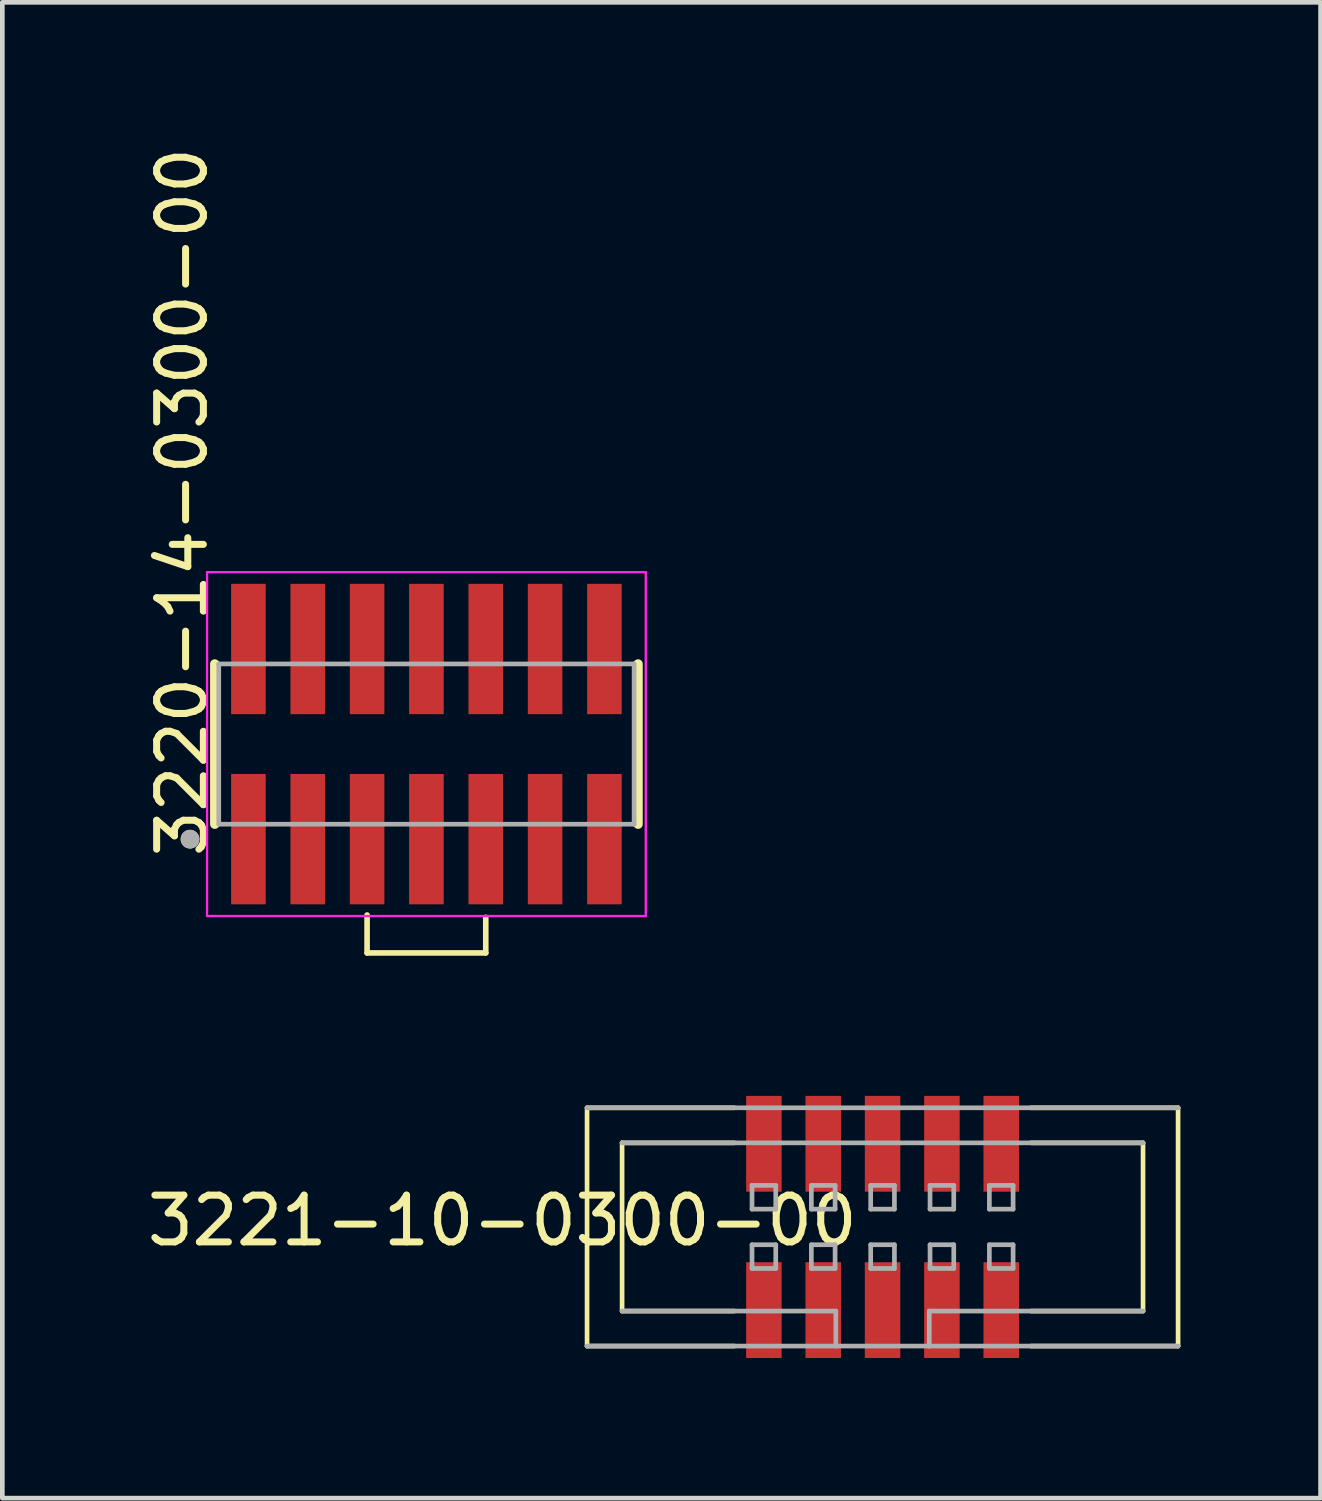
<source format=kicad_pcb>
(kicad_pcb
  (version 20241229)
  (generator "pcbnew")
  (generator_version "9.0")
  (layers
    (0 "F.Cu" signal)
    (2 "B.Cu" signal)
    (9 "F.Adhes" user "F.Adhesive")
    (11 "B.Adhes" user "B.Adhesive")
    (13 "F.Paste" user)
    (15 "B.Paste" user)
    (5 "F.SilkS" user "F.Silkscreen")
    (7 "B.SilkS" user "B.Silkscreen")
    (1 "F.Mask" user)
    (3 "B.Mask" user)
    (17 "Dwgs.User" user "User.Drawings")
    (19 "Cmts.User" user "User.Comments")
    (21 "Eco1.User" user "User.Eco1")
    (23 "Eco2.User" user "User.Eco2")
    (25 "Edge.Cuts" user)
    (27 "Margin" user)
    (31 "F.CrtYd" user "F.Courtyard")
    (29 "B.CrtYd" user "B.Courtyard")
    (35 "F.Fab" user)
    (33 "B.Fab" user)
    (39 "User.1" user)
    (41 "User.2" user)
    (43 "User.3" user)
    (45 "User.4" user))
  (footprint "3220-14-0300-00"
    (layer "F.Cu")
    (at 6.077 12.876)
    (property "Reference" "3220-14-0300-00" (at -5.229 -5.179 270) (layer "F.SilkS") (effects (font (size 1 1) (thickness 0.15))))
    (attr through_hole)
    (fp_line (start -4.53 -1.715) (end -4.53 1.715) (stroke (width 0.2) (type solid)) (layer "F.SilkS"))
    (fp_line (start -1.27 3.658) (end -1.27 4.47) (stroke (width 0.12) (type solid)) (layer "F.SilkS"))
    (fp_line (start -1.27 4.47) (end 1.27 4.47) (stroke (width 0.12) (type solid)) (layer "F.SilkS"))
    (fp_line (start 1.27 4.47) (end 1.27 3.708) (stroke (width 0.12) (type solid)) (layer "F.SilkS"))
    (fp_line (start 4.53 1.715) (end 4.53 -1.715) (stroke (width 0.2) (type solid)) (layer "F.SilkS"))
    (fp_circle (center -5.06 2.035) (end -4.96 2.035) (stroke (width 0.2) (type solid)) (fill no) (layer "F.SilkS"))
    (fp_poly (pts (xy -1.64 -3.427) (xy -0.9 -3.427) (xy -0.9 -0.637) (xy -1.64 -0.637)) (stroke (width 0.01) (type solid)) (fill yes) (layer "F.Paste"))
    (fp_poly (pts (xy -1.64 0.637) (xy -0.9 0.637) (xy -0.9 3.427) (xy -1.64 3.427)) (stroke (width 0.01) (type solid)) (fill yes) (layer "F.Paste"))
    (fp_poly (pts (xy -0.37 -3.427) (xy 0.37 -3.427) (xy 0.37 -0.637) (xy -0.37 -0.637)) (stroke (width 0.01) (type solid)) (fill yes) (layer "F.Paste"))
    (fp_poly (pts (xy -0.37 0.637) (xy 0.37 0.637) (xy 0.37 3.427) (xy -0.37 3.427)) (stroke (width 0.01) (type solid)) (fill yes) (layer "F.Paste"))
    (fp_poly (pts (xy 0.9 -3.427) (xy 1.64 -3.427) (xy 1.64 -0.637) (xy 0.9 -0.637)) (stroke (width 0.01) (type solid)) (fill yes) (layer "F.Paste"))
    (fp_poly (pts (xy 0.9 0.637) (xy 1.64 0.637) (xy 1.64 3.427) (xy 0.9 3.427)) (stroke (width 0.01) (type solid)) (fill yes) (layer "F.Paste"))
    (fp_poly (pts (xy 2.17 -3.427) (xy 2.91 -3.427) (xy 2.91 -0.637) (xy 2.17 -0.637)) (stroke (width 0.01) (type solid)) (fill yes) (layer "F.Paste"))
    (fp_poly (pts (xy 2.17 0.637) (xy 2.91 0.637) (xy 2.91 3.427) (xy 2.17 3.427)) (stroke (width 0.01) (type solid)) (fill yes) (layer "F.Paste"))
    (fp_poly (pts (xy 3.44 -3.427) (xy 4.18 -3.427) (xy 4.18 -0.637) (xy 3.44 -0.637)) (stroke (width 0.01) (type solid)) (fill yes) (layer "F.Paste"))
    (fp_poly (pts (xy 3.44 0.637) (xy 4.18 0.637) (xy 4.18 3.427) (xy 3.44 3.427)) (stroke (width 0.01) (type solid)) (fill yes) (layer "F.Paste"))
    (fp_line (start -4.695 -3.68) (end 4.695 -3.68) (stroke (width 0.05) (type solid)) (layer "F.CrtYd"))
    (fp_line (start -4.695 3.68) (end -4.695 -3.68) (stroke (width 0.05) (type solid)) (layer "F.CrtYd"))
    (fp_line (start 4.695 -3.68) (end 4.695 3.68) (stroke (width 0.05) (type solid)) (layer "F.CrtYd"))
    (fp_line (start 4.695 3.68) (end -4.695 3.68) (stroke (width 0.05) (type solid)) (layer "F.CrtYd"))
    (fp_line (start -4.445 1.715) (end -4.445 -1.715) (stroke (width 0.1) (type solid)) (layer "F.Fab"))
    (fp_line (start -4.445 1.715) (end 4.445 1.715) (stroke (width 0.1) (type solid)) (layer "F.Fab"))
    (fp_line (start 4.445 -1.715) (end -4.445 -1.715) (stroke (width 0.1) (type solid)) (layer "F.Fab"))
    (fp_line (start 4.445 1.715) (end 4.445 -1.715) (stroke (width 0.1) (type solid)) (layer "F.Fab"))
    (fp_circle (center -5.06 2.035) (end -4.96 2.035) (stroke (width 0.2) (type solid)) (fill no) (layer "F.Fab"))
    (pad "1" smd rect (at -3.81 2.035) (size 0.74 2.79) (layers "F.Cu" "F.Mask" "F.Paste"))
    (pad "2" smd rect (at -3.81 -2.035) (size 0.74 2.79) (layers "F.Cu" "F.Mask" "F.Paste"))
    (pad "3" smd rect (at -2.54 2.035) (size 0.74 2.79) (layers "F.Cu" "F.Mask" "F.Paste"))
    (pad "4" smd rect (at -2.54 -2.035) (size 0.74 2.79) (layers "F.Cu" "F.Mask" "F.Paste"))
    (pad "5" smd rect (at -1.27 2.035) (size 0.74 2.79) (layers "F.Cu" "F.Mask" "F.Paste"))
    (pad "6" smd rect (at -1.27 -2.035) (size 0.74 2.79) (layers "F.Cu" "F.Mask" "F.Paste"))
    (pad "7" smd rect (at 0 2.035) (size 0.74 2.79) (layers "F.Cu" "F.Mask" "F.Paste"))
    (pad "8" smd rect (at 0 -2.035) (size 0.74 2.79) (layers "F.Cu" "F.Mask" "F.Paste"))
    (pad "9" smd rect (at 1.27 2.035) (size 0.74 2.79) (layers "F.Cu" "F.Mask" "F.Paste"))
    (pad "10" smd rect (at 1.27 -2.035) (size 0.74 2.79) (layers "F.Cu" "F.Mask" "F.Paste"))
    (pad "11" smd rect (at 2.54 2.035) (size 0.74 2.79) (layers "F.Cu" "F.Mask" "F.Paste"))
    (pad "12" smd rect (at 2.54 -2.035) (size 0.74 2.79) (layers "F.Cu" "F.Mask" "F.Paste"))
    (pad "13" smd rect (at 3.81 2.035) (size 0.74 2.79) (layers "F.Cu" "F.Mask" "F.Paste"))
    (pad "14" smd rect (at 3.81 -2.035) (size 0.74 2.79) (layers "F.Cu" "F.Mask" "F.Paste")))
  (footprint "‎3221-10-0300-00‎"
    (layer "F.Cu")
    (at 15.84 23.211)
    (property "Reference" "‎3221-10-0300-00‎" (at -8.139 -0.135 180) (layer "F.SilkS") (effects (font (size 1.001 1.001) (thickness 0.15))))
    (attr through_hole)
    (fp_line (start -6.325 -2.55) (end -6.325 2.55) (stroke (width 0.1) (type solid)) (layer "F.SilkS"))
    (fp_line (start -5.575 -1.8) (end -5.575 1.8) (stroke (width 0.1) (type solid)) (layer "F.SilkS"))
    (fp_line (start -5.575 1.8) (end -3.175 1.8) (stroke (width 0.1) (type solid)) (layer "F.SilkS"))
    (fp_line (start -3.175 -2.55) (end -6.325 -2.55) (stroke (width 0.1) (type solid)) (layer "F.SilkS"))
    (fp_line (start -3.175 -1.8) (end -5.575 -1.8) (stroke (width 0.1) (type solid)) (layer "F.SilkS"))
    (fp_line (start -3.175 2.55) (end -6.325 2.55) (stroke (width 0.1) (type solid)) (layer "F.SilkS"))
    (fp_line (start 3.175 1.8) (end 5.575 1.8) (stroke (width 0.1) (type solid)) (layer "F.SilkS"))
    (fp_line (start 3.175 2.55) (end 6.325 2.55) (stroke (width 0.1) (type solid)) (layer "F.SilkS"))
    (fp_line (start 5.575 -1.8) (end 3.175 -1.8) (stroke (width 0.1) (type solid)) (layer "F.SilkS"))
    (fp_line (start 5.575 1.8) (end 5.575 -1.8) (stroke (width 0.1) (type solid)) (layer "F.SilkS"))
    (fp_line (start 6.325 -2.55) (end 3.175 -2.55) (stroke (width 0.1) (type solid)) (layer "F.SilkS"))
    (fp_line (start 6.325 2.55) (end 6.325 -2.55) (stroke (width 0.1) (type solid)) (layer "F.SilkS"))
    (fp_line (start -6.325 2.55) (end -1 2.55) (stroke (width 0.1) (type solid)) (layer "F.Fab"))
    (fp_line (start -5.575 1.8) (end -1 1.8) (stroke (width 0.1) (type solid)) (layer "F.Fab"))
    (fp_line (start -2.794 -0.889) (end -2.794 -0.381) (stroke (width 0.1) (type solid)) (layer "F.Fab"))
    (fp_line (start -2.794 -0.381) (end -2.286 -0.381) (stroke (width 0.1) (type solid)) (layer "F.Fab"))
    (fp_line (start -2.794 0.381) (end -2.794 0.889) (stroke (width 0.1) (type solid)) (layer "F.Fab"))
    (fp_line (start -2.794 0.889) (end -2.286 0.889) (stroke (width 0.1) (type solid)) (layer "F.Fab"))
    (fp_line (start -2.286 -0.889) (end -2.794 -0.889) (stroke (width 0.1) (type solid)) (layer "F.Fab"))
    (fp_line (start -2.286 -0.381) (end -2.286 -0.889) (stroke (width 0.1) (type solid)) (layer "F.Fab"))
    (fp_line (start -2.286 0.381) (end -2.794 0.381) (stroke (width 0.1) (type solid)) (layer "F.Fab"))
    (fp_line (start -2.286 0.889) (end -2.286 0.381) (stroke (width 0.1) (type solid)) (layer "F.Fab"))
    (fp_line (start -1.524 -0.889) (end -1.524 -0.381) (stroke (width 0.1) (type solid)) (layer "F.Fab"))
    (fp_line (start -1.524 -0.381) (end -1.016 -0.381) (stroke (width 0.1) (type solid)) (layer "F.Fab"))
    (fp_line (start -1.524 0.381) (end -1.524 0.889) (stroke (width 0.1) (type solid)) (layer "F.Fab"))
    (fp_line (start -1.524 0.889) (end -1.016 0.889) (stroke (width 0.1) (type solid)) (layer "F.Fab"))
    (fp_line (start -1.016 -0.889) (end -1.524 -0.889) (stroke (width 0.1) (type solid)) (layer "F.Fab"))
    (fp_line (start -1.016 -0.381) (end -1.016 -0.889) (stroke (width 0.1) (type solid)) (layer "F.Fab"))
    (fp_line (start -1.016 0.381) (end -1.524 0.381) (stroke (width 0.1) (type solid)) (layer "F.Fab"))
    (fp_line (start -1.016 0.889) (end -1.016 0.381) (stroke (width 0.1) (type solid)) (layer "F.Fab"))
    (fp_line (start -1 1.8) (end -1 2.55) (stroke (width 0.1) (type solid)) (layer "F.Fab"))
    (fp_line (start -1 2.55) (end 1 2.55) (stroke (width 0.1) (type solid)) (layer "F.Fab"))
    (fp_line (start -0.254 -0.889) (end -0.254 -0.381) (stroke (width 0.1) (type solid)) (layer "F.Fab"))
    (fp_line (start -0.254 -0.381) (end 0.254 -0.381) (stroke (width 0.1) (type solid)) (layer "F.Fab"))
    (fp_line (start -0.254 0.381) (end -0.254 0.889) (stroke (width 0.1) (type solid)) (layer "F.Fab"))
    (fp_line (start -0.254 0.889) (end 0.254 0.889) (stroke (width 0.1) (type solid)) (layer "F.Fab"))
    (fp_line (start 0.254 -0.889) (end -0.254 -0.889) (stroke (width 0.1) (type solid)) (layer "F.Fab"))
    (fp_line (start 0.254 -0.381) (end 0.254 -0.889) (stroke (width 0.1) (type solid)) (layer "F.Fab"))
    (fp_line (start 0.254 0.381) (end -0.254 0.381) (stroke (width 0.1) (type solid)) (layer "F.Fab"))
    (fp_line (start 0.254 0.889) (end 0.254 0.381) (stroke (width 0.1) (type solid)) (layer "F.Fab"))
    (fp_line (start 1 1.8) (end 5.575 1.8) (stroke (width 0.1) (type solid)) (layer "F.Fab"))
    (fp_line (start 1 2.55) (end 1 1.8) (stroke (width 0.1) (type solid)) (layer "F.Fab"))
    (fp_line (start 1 2.55) (end 6.325 2.55) (stroke (width 0.1) (type solid)) (layer "F.Fab"))
    (fp_line (start 1.016 -0.889) (end 1.016 -0.381) (stroke (width 0.1) (type solid)) (layer "F.Fab"))
    (fp_line (start 1.016 -0.381) (end 1.524 -0.381) (stroke (width 0.1) (type solid)) (layer "F.Fab"))
    (fp_line (start 1.016 0.381) (end 1.016 0.889) (stroke (width 0.1) (type solid)) (layer "F.Fab"))
    (fp_line (start 1.016 0.889) (end 1.524 0.889) (stroke (width 0.1) (type solid)) (layer "F.Fab"))
    (fp_line (start 1.524 -0.889) (end 1.016 -0.889) (stroke (width 0.1) (type solid)) (layer "F.Fab"))
    (fp_line (start 1.524 -0.381) (end 1.524 -0.889) (stroke (width 0.1) (type solid)) (layer "F.Fab"))
    (fp_line (start 1.524 0.381) (end 1.016 0.381) (stroke (width 0.1) (type solid)) (layer "F.Fab"))
    (fp_line (start 1.524 0.889) (end 1.524 0.381) (stroke (width 0.1) (type solid)) (layer "F.Fab"))
    (fp_line (start 2.286 -0.889) (end 2.286 -0.381) (stroke (width 0.1) (type solid)) (layer "F.Fab"))
    (fp_line (start 2.286 -0.381) (end 2.794 -0.381) (stroke (width 0.1) (type solid)) (layer "F.Fab"))
    (fp_line (start 2.286 0.381) (end 2.286 0.889) (stroke (width 0.1) (type solid)) (layer "F.Fab"))
    (fp_line (start 2.286 0.889) (end 2.794 0.889) (stroke (width 0.1) (type solid)) (layer "F.Fab"))
    (fp_line (start 2.794 -0.889) (end 2.286 -0.889) (stroke (width 0.1) (type solid)) (layer "F.Fab"))
    (fp_line (start 2.794 -0.381) (end 2.794 -0.889) (stroke (width 0.1) (type solid)) (layer "F.Fab"))
    (fp_line (start 2.794 0.381) (end 2.286 0.381) (stroke (width 0.1) (type solid)) (layer "F.Fab"))
    (fp_line (start 2.794 0.889) (end 2.794 0.381) (stroke (width 0.1) (type solid)) (layer "F.Fab"))
    (fp_line (start 5.575 -1.8) (end -5.575 -1.8) (stroke (width 0.1) (type solid)) (layer "F.Fab"))
    (fp_line (start 6.325 -2.55) (end -6.325 -2.55) (stroke (width 0.1) (type solid)) (layer "F.Fab"))
    (pad "1" smd rect (at -2.54 1.78) (size 0.76 2.05) (layers "F.Cu" "F.Mask" "F.Paste"))
    (pad "2" smd rect (at -2.54 -1.78) (size 0.76 2.05) (layers "F.Cu" "F.Mask" "F.Paste"))
    (pad "3" smd rect (at -1.27 1.78) (size 0.76 2.05) (layers "F.Cu" "F.Mask" "F.Paste"))
    (pad "4" smd rect (at -1.27 -1.78) (size 0.76 2.05) (layers "F.Cu" "F.Mask" "F.Paste"))
    (pad "5" smd rect (at 0 1.78) (size 0.76 2.05) (layers "F.Cu" "F.Mask" "F.Paste"))
    (pad "6" smd rect (at 0 -1.78) (size 0.76 2.05) (layers "F.Cu" "F.Mask" "F.Paste"))
    (pad "7" smd rect (at 1.27 1.78) (size 0.76 2.05) (layers "F.Cu" "F.Mask" "F.Paste"))
    (pad "8" smd rect (at 1.27 -1.78) (size 0.76 2.05) (layers "F.Cu" "F.Mask" "F.Paste"))
    (pad "9" smd rect (at 2.54 1.78) (size 0.76 2.05) (layers "F.Cu" "F.Mask" "F.Paste"))
    (pad "10" smd rect (at 2.54 -1.78) (size 0.76 2.05) (layers "F.Cu" "F.Mask" "F.Paste")))
  (gr_rect
    (start -3 -3)
    (end 25.215 29.016)
    (stroke (width 0.1) (type default))
    (fill no)
    (layer "Edge.Cuts")))
</source>
